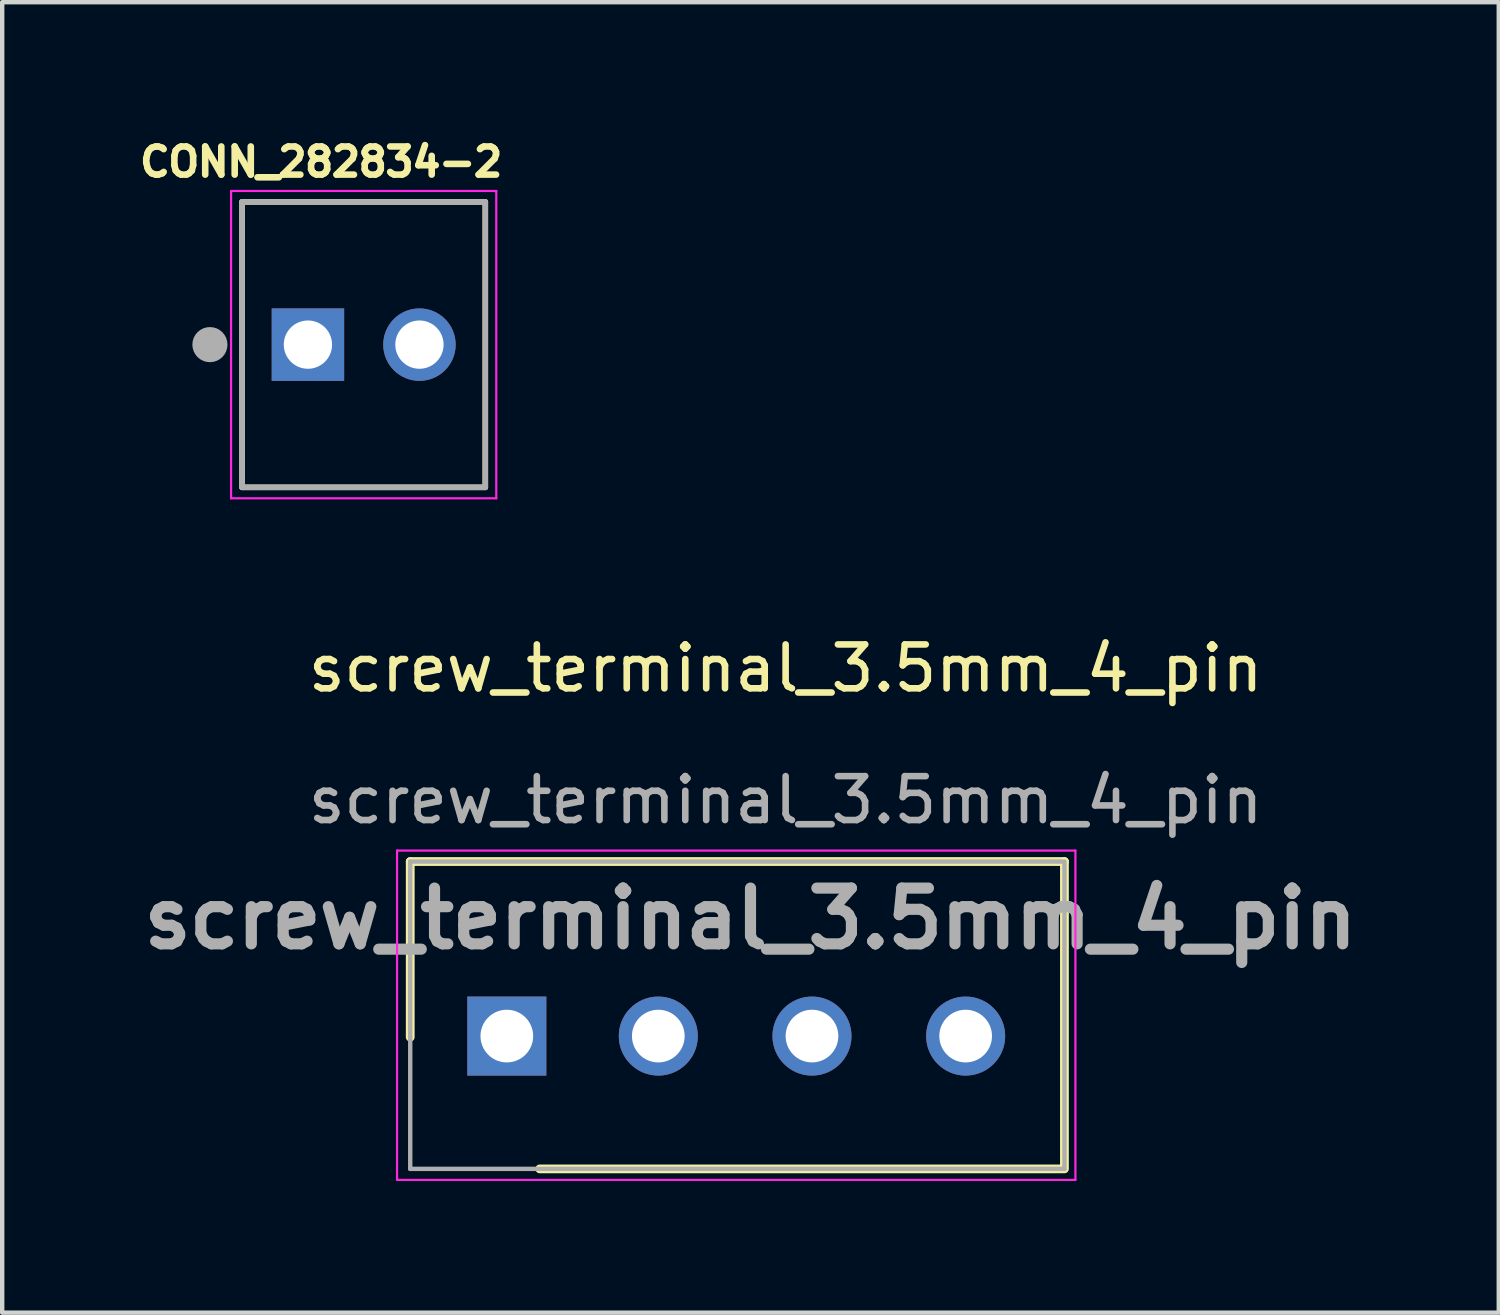
<source format=kicad_pcb>
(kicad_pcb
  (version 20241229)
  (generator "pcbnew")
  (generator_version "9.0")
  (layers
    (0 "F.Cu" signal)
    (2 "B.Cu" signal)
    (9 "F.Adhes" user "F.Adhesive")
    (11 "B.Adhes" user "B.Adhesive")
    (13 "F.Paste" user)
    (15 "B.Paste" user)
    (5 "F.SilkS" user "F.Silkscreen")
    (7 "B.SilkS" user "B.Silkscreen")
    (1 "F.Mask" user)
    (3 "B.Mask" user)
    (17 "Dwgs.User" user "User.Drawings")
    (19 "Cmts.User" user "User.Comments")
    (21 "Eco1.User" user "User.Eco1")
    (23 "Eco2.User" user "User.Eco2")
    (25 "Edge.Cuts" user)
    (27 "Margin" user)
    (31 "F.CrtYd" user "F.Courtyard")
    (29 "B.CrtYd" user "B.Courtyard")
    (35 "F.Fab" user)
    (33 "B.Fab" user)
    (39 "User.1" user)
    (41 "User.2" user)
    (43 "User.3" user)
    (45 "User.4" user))
  (footprint "screw_terminal_3.5mm_4_pin"
    (layer "F.Cu")
    (at 6.743 16.572)
    (property "Reference" "screw_terminal_3.5mm_4_pin" (at 8.1 -4.4 0) (unlocked yes) (layer "F.SilkS") (effects (font (size 1 1) (thickness 0.15))))
    (attr through_hole)
    (fp_line (start -0.45 0) (end -0.45 4) (stroke (width 0.2) (type solid)) (layer "F.SilkS"))
    (fp_line (start 2.5 7) (end 14.4 7) (stroke (width 0.2) (type solid)) (layer "F.SilkS"))
    (fp_line (start 14.45 0) (end -0.45 0) (stroke (width 0.2) (type solid)) (layer "F.SilkS"))
    (fp_line (start 14.45 7) (end 14.45 0) (stroke (width 0.2) (type solid)) (layer "F.SilkS"))
    (fp_line (start -0.75 -0.25) (end 14.7 -0.25) (stroke (width 0.05) (type solid)) (layer "F.CrtYd"))
    (fp_line (start -0.75 7.25) (end -0.75 -0.25) (stroke (width 0.05) (type solid)) (layer "F.CrtYd"))
    (fp_line (start 14.7 -0.25) (end 14.7 7.25) (stroke (width 0.05) (type solid)) (layer "F.CrtYd"))
    (fp_line (start 14.7 7.25) (end -0.75 7.25) (stroke (width 0.05) (type solid)) (layer "F.CrtYd"))
    (fp_line (start -0.45 0) (end 14.4 0) (stroke (width 0.1) (type solid)) (layer "F.Fab"))
    (fp_line (start -0.45 7) (end -0.45 0) (stroke (width 0.1) (type solid)) (layer "F.Fab"))
    (fp_line (start 14.45 0) (end 14.45 7) (stroke (width 0.1) (type solid)) (layer "F.Fab"))
    (fp_line (start 14.45 7) (end -0.45 7) (stroke (width 0.1) (type solid)) (layer "F.Fab"))
    (fp_text user "${REFERENCE}" (at 7.3 1.3 0) (layer "F.Fab") (effects (font (size 1.27 1.27) (thickness 0.254))))
    (fp_text user "${REFERENCE}" (at 8.1 -1.4 0) (unlocked yes) (layer "F.Fab") (effects (font (size 1 1) (thickness 0.15))))
    (pad "1" thru_hole rect (at 1.75 3.975) (size 1.8 1.8) (drill 1.2) (layers "*.Cu" "*.Mask"))
    (pad "2" thru_hole circle (at 5.2 3.975) (size 1.8 1.8) (drill 1.2) (layers "*.Cu" "*.Mask"))
    (pad "3" thru_hole circle (at 8.7 3.975) (size 1.8 1.8) (drill 1.2) (layers "*.Cu" "*.Mask"))
    (pad "4" thru_hole circle (at 12.2 3.975) (size 1.8 1.8) (drill 1.2) (layers "*.Cu" "*.Mask")))
  (footprint "CONN_282834-2"
    (layer "F.Cu")
    (at 5.233 4.799)
    (property "Reference" "CONN_282834-2" (at -0.969 -4.161 0) (layer "F.SilkS") (effects (font (size 0.641 0.641) (thickness 0.15))))
    (attr through_hole)
    (fp_line (start -2.77 -3.25) (end 2.77 -3.25) (stroke (width 0.127) (type solid)) (layer "F.SilkS"))
    (fp_line (start -2.77 3.25) (end -2.77 -3.25) (stroke (width 0.127) (type solid)) (layer "F.SilkS"))
    (fp_line (start 2.77 -3.25) (end 2.77 3.25) (stroke (width 0.127) (type solid)) (layer "F.SilkS"))
    (fp_line (start 2.77 3.25) (end -2.77 3.25) (stroke (width 0.127) (type solid)) (layer "F.SilkS"))
    (fp_line (start -3.02 -3.5) (end 3.02 -3.5) (stroke (width 0.05) (type solid)) (layer "F.CrtYd"))
    (fp_line (start -3.02 3.5) (end -3.02 -3.5) (stroke (width 0.05) (type solid)) (layer "F.CrtYd"))
    (fp_line (start 3.02 -3.5) (end 3.02 3.5) (stroke (width 0.05) (type solid)) (layer "F.CrtYd"))
    (fp_line (start 3.02 3.5) (end -3.02 3.5) (stroke (width 0.05) (type solid)) (layer "F.CrtYd"))
    (fp_line (start -2.77 -3.25) (end 2.77 -3.25) (stroke (width 0.127) (type solid)) (layer "F.Fab"))
    (fp_line (start -2.77 3.25) (end -2.77 -3.25) (stroke (width 0.127) (type solid)) (layer "F.Fab"))
    (fp_line (start 2.77 -3.25) (end 2.77 3.25) (stroke (width 0.127) (type solid)) (layer "F.Fab"))
    (fp_line (start 2.77 3.25) (end -2.77 3.25) (stroke (width 0.127) (type solid)) (layer "F.Fab"))
    (fp_circle (center -3.502 0) (end -3.302 0) (stroke (width 0.4) (type solid)) (fill no) (layer "F.Fab"))
    (pad "1" thru_hole rect (at -1.27 0) (size 1.65 1.65) (drill 1.1) (layers "*.Cu" "*.Mask"))
    (pad "2" thru_hole circle (at 1.27 0) (size 1.65 1.65) (drill 1.1) (layers "*.Cu" "*.Mask")))
  (gr_rect
    (start -3 -3)
    (end 31.085 26.847)
    (stroke (width 0.1) (type default))
    (fill no)
    (layer "Edge.Cuts")))
</source>
